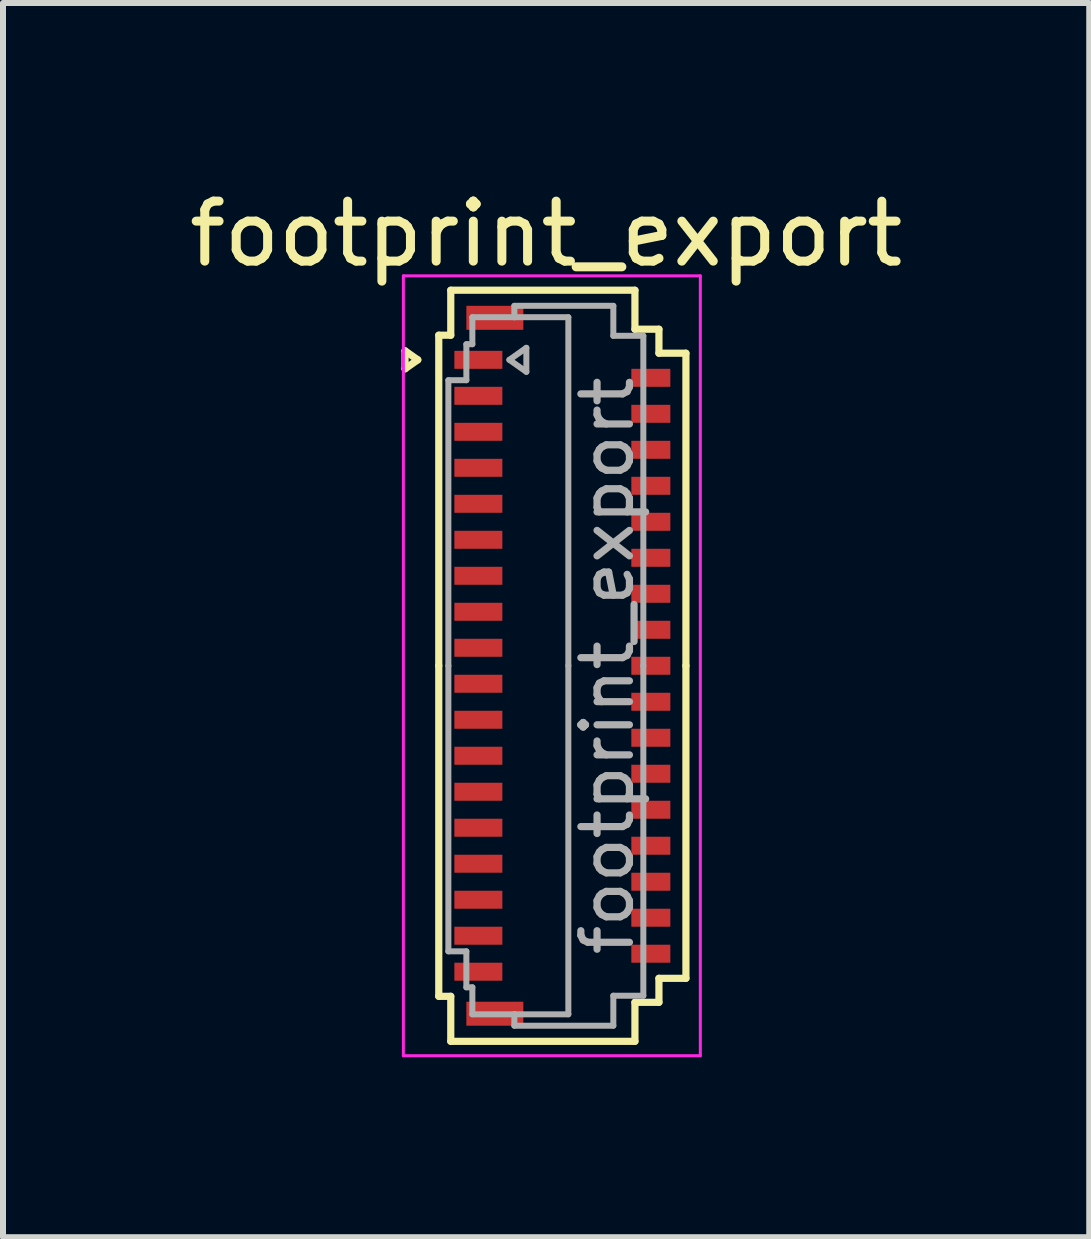
<source format=kicad_pcb>
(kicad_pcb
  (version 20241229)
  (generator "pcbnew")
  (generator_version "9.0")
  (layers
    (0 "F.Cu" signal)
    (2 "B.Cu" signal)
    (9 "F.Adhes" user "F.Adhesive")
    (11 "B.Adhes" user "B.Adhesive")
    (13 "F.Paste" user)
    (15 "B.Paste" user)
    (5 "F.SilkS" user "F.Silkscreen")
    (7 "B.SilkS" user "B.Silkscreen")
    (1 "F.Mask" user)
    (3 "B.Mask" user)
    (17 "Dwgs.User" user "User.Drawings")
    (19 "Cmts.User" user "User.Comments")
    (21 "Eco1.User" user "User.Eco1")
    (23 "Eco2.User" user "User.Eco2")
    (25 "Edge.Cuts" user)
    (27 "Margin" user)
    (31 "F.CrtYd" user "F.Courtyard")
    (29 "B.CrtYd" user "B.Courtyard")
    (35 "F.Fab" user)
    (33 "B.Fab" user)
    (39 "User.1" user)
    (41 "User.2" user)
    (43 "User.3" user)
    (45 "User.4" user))
  (footprint "footprint_export"
    (layer "F.Cu")
    (at 6.324 8.048)
    (property "Reference" "footprint_export" (at -0.27 -7.2 0) (layer "F.SilkS") (effects (font (size 1 1) (thickness 0.15))))
    (attr smd)
    (fp_line (start -2.622 -5.25) (end -2.41 -5.1) (stroke (width 0.12) (type solid)) (layer "F.SilkS"))
    (fp_line (start -2.622 -4.95) (end -2.622 -5.25) (stroke (width 0.12) (type solid)) (layer "F.SilkS"))
    (fp_line (start -2.41 -5.1) (end -2.622 -4.95) (stroke (width 0.12) (type solid)) (layer "F.SilkS"))
    (fp_line (start -2.06 -5.51) (end -2.06 0) (stroke (width 0.12) (type solid)) (layer "F.SilkS"))
    (fp_line (start -2.06 5.51) (end -2.06 0) (stroke (width 0.12) (type solid)) (layer "F.SilkS"))
    (fp_line (start -1.86 -6.26) (end -1.86 -5.51) (stroke (width 0.12) (type solid)) (layer "F.SilkS"))
    (fp_line (start -1.86 -5.51) (end -2.06 -5.51) (stroke (width 0.12) (type solid)) (layer "F.SilkS"))
    (fp_line (start -1.86 5.51) (end -2.06 5.51) (stroke (width 0.12) (type solid)) (layer "F.SilkS"))
    (fp_line (start -1.86 6.26) (end -1.86 5.51) (stroke (width 0.12) (type solid)) (layer "F.SilkS"))
    (fp_line (start 1.21 -6.26) (end -1.86 -6.26) (stroke (width 0.12) (type solid)) (layer "F.SilkS"))
    (fp_line (start 1.21 -5.61) (end 1.21 -6.26) (stroke (width 0.12) (type solid)) (layer "F.SilkS"))
    (fp_line (start 1.21 5.61) (end 1.21 6.26) (stroke (width 0.12) (type solid)) (layer "F.SilkS"))
    (fp_line (start 1.21 6.26) (end -1.86 6.26) (stroke (width 0.12) (type solid)) (layer "F.SilkS"))
    (fp_line (start 1.61 -5.61) (end 1.21 -5.61) (stroke (width 0.12) (type solid)) (layer "F.SilkS"))
    (fp_line (start 1.61 -5.21) (end 1.61 -5.61) (stroke (width 0.12) (type solid)) (layer "F.SilkS"))
    (fp_line (start 1.61 5.21) (end 1.61 5.61) (stroke (width 0.12) (type solid)) (layer "F.SilkS"))
    (fp_line (start 1.61 5.61) (end 1.21 5.61) (stroke (width 0.12) (type solid)) (layer "F.SilkS"))
    (fp_line (start 2.06 -5.21) (end 1.61 -5.21) (stroke (width 0.12) (type solid)) (layer "F.SilkS"))
    (fp_line (start 2.06 0) (end 2.06 -5.21) (stroke (width 0.12) (type solid)) (layer "F.SilkS"))
    (fp_line (start 2.06 0) (end 2.06 5.21) (stroke (width 0.12) (type solid)) (layer "F.SilkS"))
    (fp_line (start 2.06 5.21) (end 1.61 5.21) (stroke (width 0.12) (type solid)) (layer "F.SilkS"))
    (fp_line (start -2.65 -6.5) (end -2.65 6.5) (stroke (width 0.05) (type solid)) (layer "F.CrtYd"))
    (fp_line (start -2.65 6.5) (end 2.3 6.5) (stroke (width 0.05) (type solid)) (layer "F.CrtYd"))
    (fp_line (start 2.3 -6.5) (end -2.65 -6.5) (stroke (width 0.05) (type solid)) (layer "F.CrtYd"))
    (fp_line (start 2.3 6.5) (end 2.3 -6.5) (stroke (width 0.05) (type solid)) (layer "F.CrtYd"))
    (fp_line (start -1.9 -4.76) (end -1.6 -4.76) (stroke (width 0.1) (type solid)) (layer "F.Fab"))
    (fp_line (start -1.9 0) (end -1.9 -4.76) (stroke (width 0.1) (type solid)) (layer "F.Fab"))
    (fp_line (start -1.9 0) (end -1.9 4.76) (stroke (width 0.1) (type solid)) (layer "F.Fab"))
    (fp_line (start -1.9 4.76) (end -1.6 4.76) (stroke (width 0.1) (type solid)) (layer "F.Fab"))
    (fp_line (start -1.6 -5.36) (end -1.5 -5.36) (stroke (width 0.1) (type solid)) (layer "F.Fab"))
    (fp_line (start -1.6 -4.76) (end -1.6 -5.36) (stroke (width 0.1) (type solid)) (layer "F.Fab"))
    (fp_line (start -1.6 4.76) (end -1.6 5.36) (stroke (width 0.1) (type solid)) (layer "F.Fab"))
    (fp_line (start -1.6 5.36) (end -1.5 5.36) (stroke (width 0.1) (type solid)) (layer "F.Fab"))
    (fp_line (start -1.5 -5.81) (end -0.8 -5.81) (stroke (width 0.1) (type solid)) (layer "F.Fab"))
    (fp_line (start -1.5 -5.36) (end -1.5 -5.81) (stroke (width 0.1) (type solid)) (layer "F.Fab"))
    (fp_line (start -1.5 5.36) (end -1.5 5.81) (stroke (width 0.1) (type solid)) (layer "F.Fab"))
    (fp_line (start -1.5 5.81) (end -0.8 5.81) (stroke (width 0.1) (type solid)) (layer "F.Fab"))
    (fp_line (start -0.883 -5.1) (end -0.6 -4.9) (stroke (width 0.1) (type solid)) (layer "F.Fab"))
    (fp_line (start -0.8 -6) (end 0.85 -6) (stroke (width 0.1) (type solid)) (layer "F.Fab"))
    (fp_line (start -0.8 -5.81) (end -0.8 -6) (stroke (width 0.1) (type solid)) (layer "F.Fab"))
    (fp_line (start -0.8 5.81) (end -0.8 6) (stroke (width 0.1) (type solid)) (layer "F.Fab"))
    (fp_line (start -0.8 6) (end 0.85 6) (stroke (width 0.1) (type solid)) (layer "F.Fab"))
    (fp_line (start -0.6 -5.3) (end -0.883 -5.1) (stroke (width 0.1) (type solid)) (layer "F.Fab"))
    (fp_line (start -0.6 -4.9) (end -0.6 -5.3) (stroke (width 0.1) (type solid)) (layer "F.Fab"))
    (fp_line (start 0.1 -5.81) (end -0.8 -5.81) (stroke (width 0.1) (type solid)) (layer "F.Fab"))
    (fp_line (start 0.1 0) (end 0.1 -5.81) (stroke (width 0.1) (type solid)) (layer "F.Fab"))
    (fp_line (start 0.1 0) (end 0.1 5.81) (stroke (width 0.1) (type solid)) (layer "F.Fab"))
    (fp_line (start 0.1 5.81) (end -0.8 5.81) (stroke (width 0.1) (type solid)) (layer "F.Fab"))
    (fp_line (start 0.85 -6) (end 0.85 -5.5) (stroke (width 0.1) (type solid)) (layer "F.Fab"))
    (fp_line (start 0.85 -5.5) (end 1.35 -5.5) (stroke (width 0.1) (type solid)) (layer "F.Fab"))
    (fp_line (start 0.85 5.5) (end 1.35 5.5) (stroke (width 0.1) (type solid)) (layer "F.Fab"))
    (fp_line (start 0.85 6) (end 0.85 5.5) (stroke (width 0.1) (type solid)) (layer "F.Fab"))
    (fp_line (start 1.35 -5.5) (end 1.35 0) (stroke (width 0.1) (type solid)) (layer "F.Fab"))
    (fp_line (start 1.35 5.5) (end 1.35 0) (stroke (width 0.1) (type solid)) (layer "F.Fab"))
    (fp_text user "${REFERENCE}" (at 0.75 0 90) (layer "F.Fab") (effects (font (size 0.81 0.81) (thickness 0.12))))
    (pad "1" smd rect (at -1.4 -5.1) (size 0.8 0.3) (layers "F.Cu" "F.Mask" "F.Paste"))
    (pad "2" smd rect (at 1.475 -4.8) (size 0.65 0.3) (layers "F.Cu" "F.Mask" "F.Paste"))
    (pad "3" smd rect (at -1.4 -4.5) (size 0.8 0.3) (layers "F.Cu" "F.Mask" "F.Paste"))
    (pad "4" smd rect (at 1.475 -4.2) (size 0.65 0.3) (layers "F.Cu" "F.Mask" "F.Paste"))
    (pad "5" smd rect (at -1.4 -3.9) (size 0.8 0.3) (layers "F.Cu" "F.Mask" "F.Paste"))
    (pad "6" smd rect (at 1.475 -3.6) (size 0.65 0.3) (layers "F.Cu" "F.Mask" "F.Paste"))
    (pad "7" smd rect (at -1.4 -3.3) (size 0.8 0.3) (layers "F.Cu" "F.Mask" "F.Paste"))
    (pad "8" smd rect (at 1.475 -3) (size 0.65 0.3) (layers "F.Cu" "F.Mask" "F.Paste"))
    (pad "9" smd rect (at -1.4 -2.7) (size 0.8 0.3) (layers "F.Cu" "F.Mask" "F.Paste"))
    (pad "10" smd rect (at 1.475 -2.4) (size 0.65 0.3) (layers "F.Cu" "F.Mask" "F.Paste"))
    (pad "11" smd rect (at -1.4 -2.1) (size 0.8 0.3) (layers "F.Cu" "F.Mask" "F.Paste"))
    (pad "12" smd rect (at 1.475 -1.8) (size 0.65 0.3) (layers "F.Cu" "F.Mask" "F.Paste"))
    (pad "13" smd rect (at -1.4 -1.5) (size 0.8 0.3) (layers "F.Cu" "F.Mask" "F.Paste"))
    (pad "14" smd rect (at 1.475 -1.2) (size 0.65 0.3) (layers "F.Cu" "F.Mask" "F.Paste"))
    (pad "15" smd rect (at -1.4 -0.9) (size 0.8 0.3) (layers "F.Cu" "F.Mask" "F.Paste"))
    (pad "16" smd rect (at 1.475 -0.6) (size 0.65 0.3) (layers "F.Cu" "F.Mask" "F.Paste"))
    (pad "17" smd rect (at -1.4 -0.3) (size 0.8 0.3) (layers "F.Cu" "F.Mask" "F.Paste"))
    (pad "18" smd rect (at 1.475 0) (size 0.65 0.3) (layers "F.Cu" "F.Mask" "F.Paste"))
    (pad "19" smd rect (at -1.4 0.3) (size 0.8 0.3) (layers "F.Cu" "F.Mask" "F.Paste"))
    (pad "20" smd rect (at 1.475 0.6) (size 0.65 0.3) (layers "F.Cu" "F.Mask" "F.Paste"))
    (pad "21" smd rect (at -1.4 0.9) (size 0.8 0.3) (layers "F.Cu" "F.Mask" "F.Paste"))
    (pad "22" smd rect (at 1.475 1.2) (size 0.65 0.3) (layers "F.Cu" "F.Mask" "F.Paste"))
    (pad "23" smd rect (at -1.4 1.5) (size 0.8 0.3) (layers "F.Cu" "F.Mask" "F.Paste"))
    (pad "24" smd rect (at 1.475 1.8) (size 0.65 0.3) (layers "F.Cu" "F.Mask" "F.Paste"))
    (pad "25" smd rect (at -1.4 2.1) (size 0.8 0.3) (layers "F.Cu" "F.Mask" "F.Paste"))
    (pad "26" smd rect (at 1.475 2.4) (size 0.65 0.3) (layers "F.Cu" "F.Mask" "F.Paste"))
    (pad "27" smd rect (at -1.4 2.7) (size 0.8 0.3) (layers "F.Cu" "F.Mask" "F.Paste"))
    (pad "28" smd rect (at 1.475 3) (size 0.65 0.3) (layers "F.Cu" "F.Mask" "F.Paste"))
    (pad "29" smd rect (at -1.4 3.3) (size 0.8 0.3) (layers "F.Cu" "F.Mask" "F.Paste"))
    (pad "30" smd rect (at 1.475 3.6) (size 0.65 0.3) (layers "F.Cu" "F.Mask" "F.Paste"))
    (pad "31" smd rect (at -1.4 3.9) (size 0.8 0.3) (layers "F.Cu" "F.Mask" "F.Paste"))
    (pad "32" smd rect (at 1.475 4.2) (size 0.65 0.3) (layers "F.Cu" "F.Mask" "F.Paste"))
    (pad "33" smd rect (at -1.4 4.5) (size 0.8 0.3) (layers "F.Cu" "F.Mask" "F.Paste"))
    (pad "34" smd rect (at 1.475 4.8) (size 0.65 0.3) (layers "F.Cu" "F.Mask" "F.Paste"))
    (pad "35" smd rect (at -1.4 5.1) (size 0.8 0.3) (layers "F.Cu" "F.Mask" "F.Paste"))
    (pad "MP" smd rect (at -1.125 -5.8) (size 0.95 0.4) (layers "F.Cu" "F.Mask" "F.Paste"))
    (pad "MP" smd rect (at -1.125 5.8) (size 0.95 0.4) (layers "F.Cu" "F.Mask" "F.Paste")))
  (gr_rect
    (start -3 -3)
    (end 15.107 17.573)
    (stroke (width 0.1) (type default))
    (fill no)
    (layer "Edge.Cuts")))
</source>
